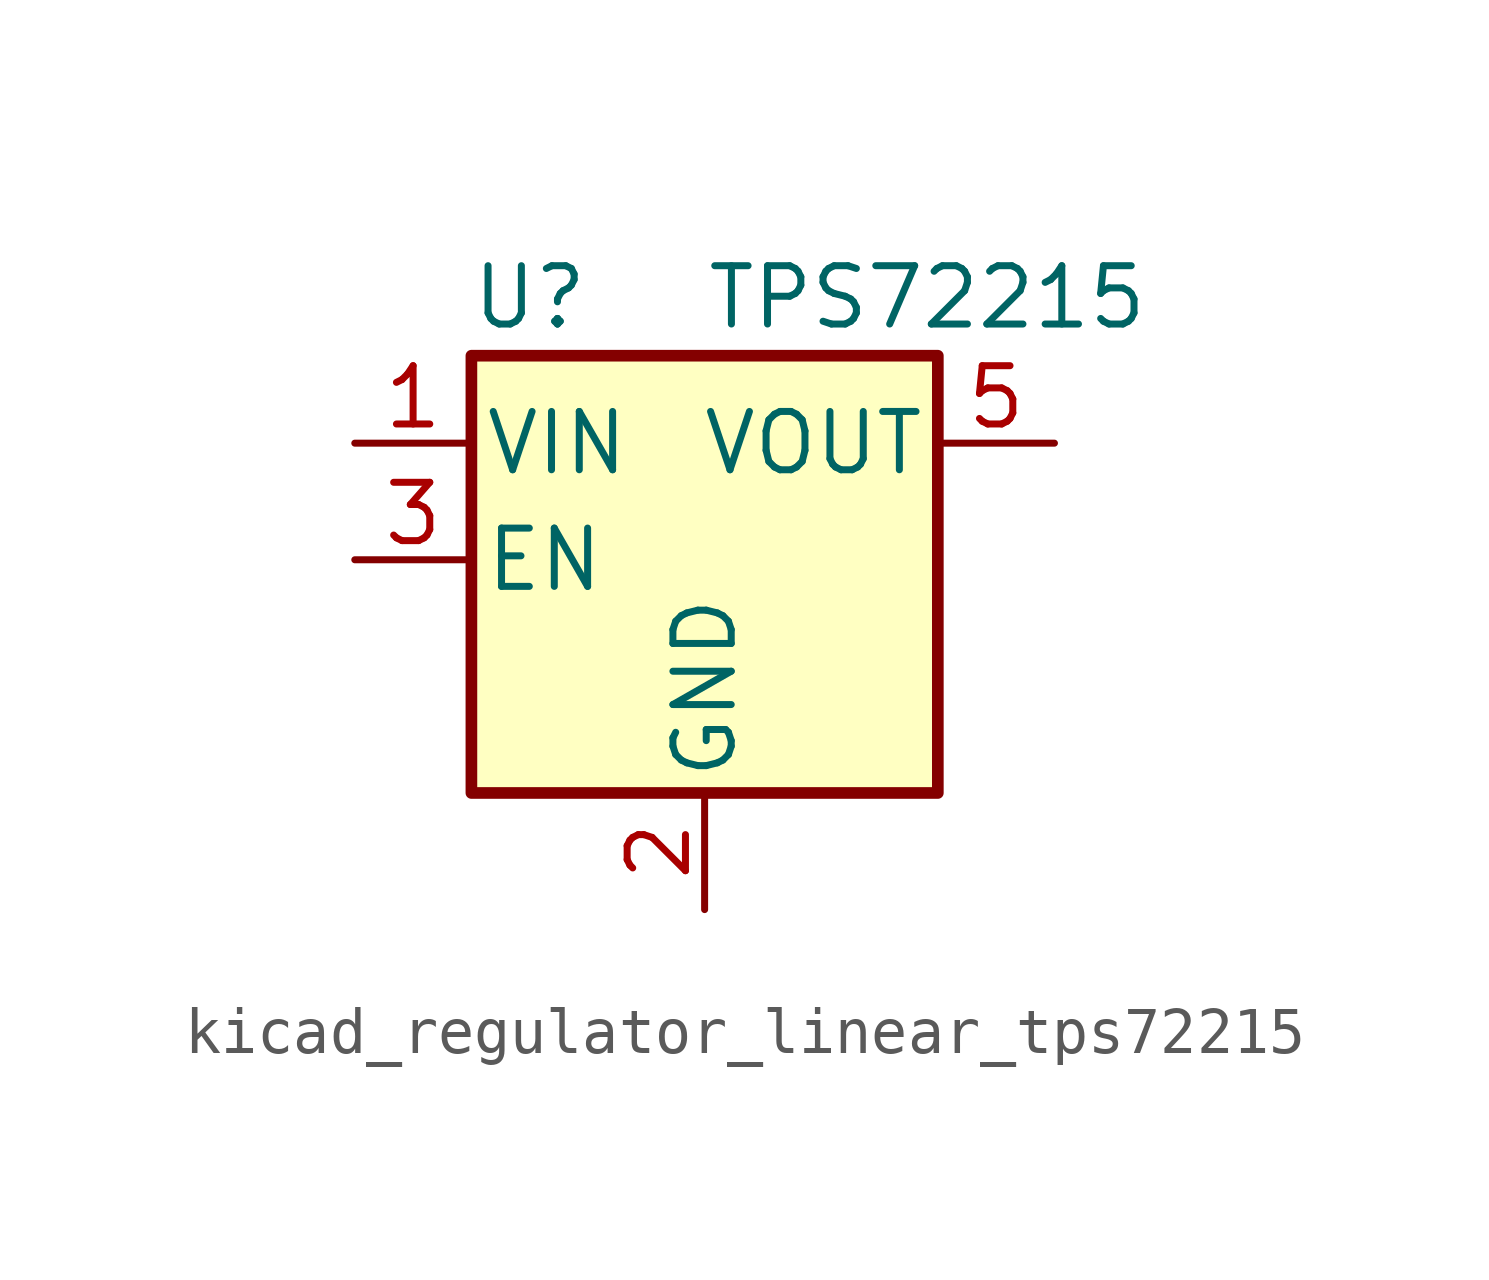
<source format=kicad_sym>
(kicad_symbol_lib
  (version 20220914)
  (generator kicad_symbol_editor)
  (symbol "kicad_regulator_linear_tps72215"
    (pin_names
      (offset 0.254))
    (property "Reference" "U"
      (at -3.81 5.715 0)
      (effects (font (size 1.27 1.27))))
    (property "Value" "TPS72215"
      (at 0 5.715 0)
      (effects (font (size 1.27 1.27)) (justify left)))
    (symbol "kicad_regulator_linear_tps72215_0_1"
      (rectangle (start -5.08 4.445) (end 5.08 -5.08) (stroke (width 0.254) (type default)) (fill (type background))))
    (symbol "kicad_regulator_linear_tps72215_1_1"
      (pin power_in line (at -7.62 2.54 0) (length 2.54) (name "VIN" (effects (font (size 1.27 1.27)))) (number "1" (effects (font (size 1.27 1.27)))))
      (pin power_in line (at 0 -7.62 90) (length 2.54) (name "GND" (effects (font (size 1.27 1.27)))) (number "2" (effects (font (size 1.27 1.27)))))
      (pin input line (at -7.62 0 0) (length 2.54) (name "EN" (effects (font (size 1.27 1.27)))) (number "3" (effects (font (size 1.27 1.27)))))
      (pin no_connect line (at 2.54 0 180) (length 2.54) hide (name "NC" (effects (font (size 1.27 1.27)))) (number "4" (effects (font (size 1.27 1.27)))))
      (pin power_out line (at 7.62 2.54 180) (length 2.54) (name "VOUT" (effects (font (size 1.27 1.27)))) (number "5" (effects (font (size 1.27 1.27))))))))
</source>
